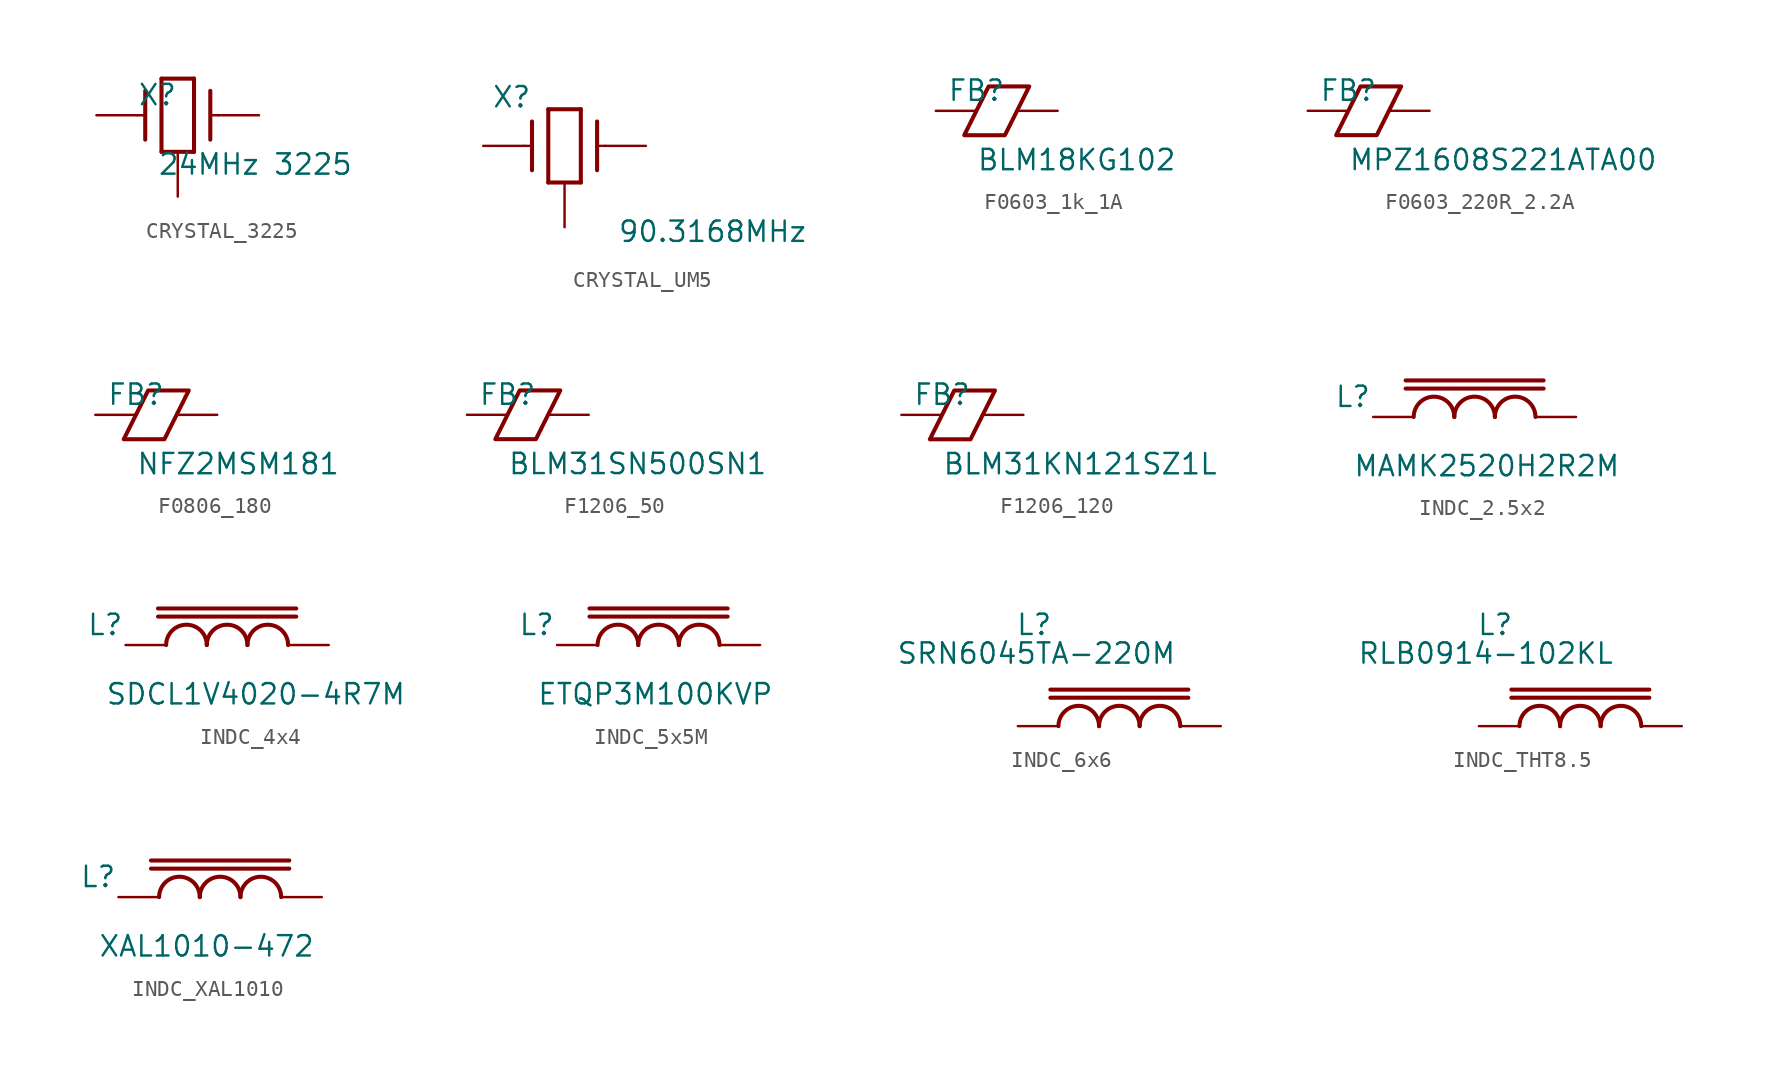
<source format=kicad_sym>
(kicad_symbol_lib
  (version 20231120)
  (generator "kicad_symbol_editor")
  (generator_version "8.0")
  (symbol "CRYSTAL_3225"
    (property "Reference" "X"
      (at -1.27 1.27 0)
      (effects (font (size 1.27 1.27))))
    (property "Value" "24MHz 3225"
      (at -1.27 -3.81 0)
      (effects (font (size 1.27 1.27)) (justify left bottom)))
    (symbol "CRYSTAL_3225_1_0"
      (polyline (pts (xy -2.54 0) (xy -2.032 0)) (stroke (width 0) (type solid)) (fill (type none)))
      (polyline (pts (xy -2.032 1.524) (xy -2.032 -1.524)) (stroke (width 0.254) (type solid)) (fill (type none)))
      (polyline (pts (xy -1.016 -2.286) (xy 1.016 -2.286)) (stroke (width 0.254) (type solid)) (fill (type none)))
      (polyline (pts (xy -1.016 2.286) (xy -1.016 -2.286)) (stroke (width 0.254) (type solid)) (fill (type none)))
      (polyline (pts (xy -1.016 2.286) (xy 1.016 2.286)) (stroke (width 0.254) (type solid)) (fill (type none)))
      (polyline (pts (xy 1.016 2.286) (xy 1.016 -2.286)) (stroke (width 0.254) (type solid)) (fill (type none)))
      (polyline (pts (xy 2.032 0) (xy 2.54 0)) (stroke (width 0) (type solid)) (fill (type none)))
      (polyline (pts (xy 2.032 1.524) (xy 2.032 -1.524)) (stroke (width 0.254) (type solid)) (fill (type none)))
      (pin passive line (at -5.08 0 0) (length 2.54) (name "" (effects (font (size 0 0)))) (number "1" (effects (font (size 0 0)))))
      (pin passive line (at 5.08 0 180) (length 2.54) (name "" (effects (font (size 0 0)))) (number "3" (effects (font (size 0 0)))))
      (pin passive line (at 0 -5.08 90) (length 2.794) (name "" (effects (font (size 0 0)))) (number "S" (effects (font (size 0 0)))))))
  (symbol "CRYSTAL_UM5"
    (property "Reference" "X"
      (at -3.302 3.048 0)
      (effects (font (size 1.27 1.27))))
    (property "Value" "90.3168MHz"
      (at 3.302 -6.096 0)
      (effects (font (size 1.27 1.27)) (justify left bottom)))
    (symbol "CRYSTAL_UM5_1_0"
      (polyline (pts (xy -2.54 0) (xy -2.032 0)) (stroke (width 0) (type solid)) (fill (type none)))
      (polyline (pts (xy -2.032 1.524) (xy -2.032 -1.524)) (stroke (width 0.254) (type solid)) (fill (type none)))
      (polyline (pts (xy -1.016 -2.286) (xy 1.016 -2.286)) (stroke (width 0.254) (type solid)) (fill (type none)))
      (polyline (pts (xy -1.016 2.286) (xy -1.016 -2.286)) (stroke (width 0.254) (type solid)) (fill (type none)))
      (polyline (pts (xy -1.016 2.286) (xy 1.016 2.286)) (stroke (width 0.254) (type solid)) (fill (type none)))
      (polyline (pts (xy 1.016 2.286) (xy 1.016 -2.286)) (stroke (width 0.254) (type solid)) (fill (type none)))
      (polyline (pts (xy 2.032 0) (xy 2.54 0)) (stroke (width 0) (type solid)) (fill (type none)))
      (polyline (pts (xy 2.032 1.524) (xy 2.032 -1.524)) (stroke (width 0.254) (type solid)) (fill (type none)))
      (pin passive line (at -5.08 0 0) (length 2.54) (name "" (effects (font (size 0 0)))) (number "1" (effects (font (size 0 0)))))
      (pin passive line (at 5.08 0 180) (length 2.54) (name "" (effects (font (size 0 0)))) (number "2" (effects (font (size 0 0)))))
      (pin passive line (at 0 -5.08 90) (length 2.794) (name "" (effects (font (size 0 0)))) (number "3" (effects (font (size 0 0)))))))
  (symbol "F0603_1k_1A"
    (property "Reference" "FB"
      (at -1.27 1.27 0)
      (effects (font (size 1.27 1.27))))
    (property "Value" "BLM18KG102"
      (at -1.27 -3.81 0)
      (effects (font (size 1.27 1.27)) (justify left bottom)))
    (symbol "F0603_1k_1A_1_0"
      (polyline (pts (xy -1.27 0) (xy -0.508 1.524) (xy 2.032 1.524) (xy 0.508 -1.524) (xy -2.032 -1.524) (xy -1.27 0)) (stroke (width 0.254) (type solid)) (fill (type none)))
      (pin passive line (at -3.81 0 0) (length 2.54) (name "1" (effects (font (size 0 0)))) (number "1" (effects (font (size 0 0)))))
      (pin passive line (at 3.81 0 180) (length 2.54) (name "2" (effects (font (size 0 0)))) (number "2" (effects (font (size 0 0)))))))
  (symbol "F0603_220R_2.2A"
    (property "Reference" "FB"
      (at -1.27 1.27 0)
      (effects (font (size 1.27 1.27))))
    (property "Value" "MPZ1608S221ATA00"
      (at -1.27 -3.81 0)
      (effects (font (size 1.27 1.27)) (justify left bottom)))
    (symbol "F0603_220R_2.2A_1_0"
      (polyline (pts (xy -1.27 0) (xy -0.508 1.524) (xy 2.032 1.524) (xy 0.508 -1.524) (xy -2.032 -1.524) (xy -1.27 0)) (stroke (width 0.254) (type solid)) (fill (type none)))
      (pin passive line (at -3.81 0 0) (length 2.54) (name "1" (effects (font (size 0 0)))) (number "1" (effects (font (size 0 0)))))
      (pin passive line (at 3.81 0 180) (length 2.54) (name "2" (effects (font (size 0 0)))) (number "2" (effects (font (size 0 0)))))))
  (symbol "F0806_180"
    (property "Reference" "FB"
      (at -1.27 1.27 0)
      (effects (font (size 1.27 1.27))))
    (property "Value" "NFZ2MSM181"
      (at -1.27 -3.81 0)
      (effects (font (size 1.27 1.27)) (justify left bottom)))
    (symbol "F0806_180_1_0"
      (polyline (pts (xy -1.27 0) (xy -0.508 1.524) (xy 2.032 1.524) (xy 0.508 -1.524) (xy -2.032 -1.524) (xy -1.27 0)) (stroke (width 0.254) (type solid)) (fill (type none)))
      (pin passive line (at -3.81 0 0) (length 2.54) (name "1" (effects (font (size 0 0)))) (number "1" (effects (font (size 0 0)))))
      (pin passive line (at 3.81 0 180) (length 2.54) (name "2" (effects (font (size 0 0)))) (number "2" (effects (font (size 0 0)))))))
  (symbol "F1206_50"
    (property "Reference" "FB"
      (at -1.27 1.27 0)
      (effects (font (size 1.27 1.27))))
    (property "Value" "BLM31SN500SN1"
      (at -1.27 -3.81 0)
      (effects (font (size 1.27 1.27)) (justify left bottom)))
    (symbol "F1206_50_1_0"
      (polyline (pts (xy -1.27 0) (xy -0.508 1.524) (xy 2.032 1.524) (xy 0.508 -1.524) (xy -2.032 -1.524) (xy -1.27 0)) (stroke (width 0.254) (type solid)) (fill (type none)))
      (pin passive line (at -3.81 0 0) (length 2.54) (name "1" (effects (font (size 0 0)))) (number "1" (effects (font (size 0 0)))))
      (pin passive line (at 3.81 0 180) (length 2.54) (name "2" (effects (font (size 0 0)))) (number "2" (effects (font (size 0 0)))))))
  (symbol "F1206_120"
    (property "Reference" "FB"
      (at -1.27 1.27 0)
      (effects (font (size 1.27 1.27))))
    (property "Value" "BLM31KN121SZ1L"
      (at -1.27 -3.81 0)
      (effects (font (size 1.27 1.27)) (justify left bottom)))
    (symbol "F1206_120_1_0"
      (polyline (pts (xy -1.27 0) (xy -0.508 1.524) (xy 2.032 1.524) (xy 0.508 -1.524) (xy -2.032 -1.524) (xy -1.27 0)) (stroke (width 0.254) (type solid)) (fill (type none)))
      (pin passive line (at -3.81 0 0) (length 2.54) (name "1" (effects (font (size 0 0)))) (number "1" (effects (font (size 0 0)))))
      (pin passive line (at 3.81 0 180) (length 2.54) (name "2" (effects (font (size 0 0)))) (number "2" (effects (font (size 0 0)))))))
  (symbol "INDC_2.5x2"
    (property "Reference" "L"
      (at -1.27 1.27 0)
      (effects (font (size 1.27 1.27))))
    (property "Value" "MAMK2520H2R2M"
      (at -1.27 -3.81 0)
      (effects (font (size 1.27 1.27)) (justify left bottom)))
    (symbol "INDC_2.5x2_1_0"
      (polyline (pts (xy 2.032 1.778) (xy 10.668 1.778)) (stroke (width 0.254) (type solid)) (fill (type none)))
      (polyline (pts (xy 2.032 2.286) (xy 10.668 2.286)) (stroke (width 0.254) (type solid)) (fill (type none)))
      (arc (start 5.08 0) (mid 3.81 1.27) (end 2.54 0) (stroke (width 0.254) (type solid)) (fill (type none)))
      (arc (start 7.62 0) (mid 6.35 1.27) (end 5.08 0) (stroke (width 0.254) (type solid)) (fill (type none)))
      (arc (start 10.16 0) (mid 8.89 1.27) (end 7.62 0) (stroke (width 0.254) (type solid)) (fill (type none)))
      (pin passive line (at 0 0 0) (length 2.54) (name "1" (effects (font (size 0 0)))) (number "1" (effects (font (size 0 0)))))
      (pin passive line (at 12.7 0 180) (length 2.54) (name "2" (effects (font (size 0 0)))) (number "2" (effects (font (size 0 0)))))))
  (symbol "INDC_4x4"
    (property "Reference" "L"
      (at -1.27 1.27 0)
      (effects (font (size 1.27 1.27))))
    (property "Value" "SDCL1V4020-4R7M"
      (at -1.27 -3.81 0)
      (effects (font (size 1.27 1.27)) (justify left bottom)))
    (symbol "INDC_4x4_1_0"
      (polyline (pts (xy 2.032 1.778) (xy 10.668 1.778)) (stroke (width 0.254) (type solid)) (fill (type none)))
      (polyline (pts (xy 2.032 2.286) (xy 10.668 2.286)) (stroke (width 0.254) (type solid)) (fill (type none)))
      (arc (start 5.08 0) (mid 3.81 1.27) (end 2.54 0) (stroke (width 0.254) (type solid)) (fill (type none)))
      (arc (start 7.62 0) (mid 6.35 1.27) (end 5.08 0) (stroke (width 0.254) (type solid)) (fill (type none)))
      (arc (start 10.16 0) (mid 8.89 1.27) (end 7.62 0) (stroke (width 0.254) (type solid)) (fill (type none)))
      (pin passive line (at 0 0 0) (length 2.54) (name "1" (effects (font (size 0 0)))) (number "1" (effects (font (size 0 0)))))
      (pin passive line (at 12.7 0 180) (length 2.54) (name "2" (effects (font (size 0 0)))) (number "2" (effects (font (size 0 0)))))))
  (symbol "INDC_5x5M"
    (property "Reference" "L"
      (at -1.27 1.27 0)
      (effects (font (size 1.27 1.27))))
    (property "Value" "ETQP3M100KVP"
      (at -1.27 -3.81 0)
      (effects (font (size 1.27 1.27)) (justify left bottom)))
    (symbol "INDC_5x5M_1_0"
      (polyline (pts (xy 2.032 1.778) (xy 10.668 1.778)) (stroke (width 0.254) (type solid)) (fill (type none)))
      (polyline (pts (xy 2.032 2.286) (xy 10.668 2.286)) (stroke (width 0.254) (type solid)) (fill (type none)))
      (arc (start 5.08 0) (mid 3.81 1.27) (end 2.54 0) (stroke (width 0.254) (type solid)) (fill (type none)))
      (arc (start 7.62 0) (mid 6.35 1.27) (end 5.08 0) (stroke (width 0.254) (type solid)) (fill (type none)))
      (arc (start 10.16 0) (mid 8.89 1.27) (end 7.62 0) (stroke (width 0.254) (type solid)) (fill (type none)))
      (pin passive line (at 0 0 0) (length 2.54) (name "1" (effects (font (size 0 0)))) (number "1" (effects (font (size 0 0)))))
      (pin passive line (at 12.7 0 180) (length 2.54) (name "2" (effects (font (size 0 0)))) (number "2" (effects (font (size 0 0)))))))
  (symbol "INDC_6x6"
    (property "Reference" "L"
      (at 1.016 6.35 0)
      (effects (font (size 1.27 1.27))))
    (property "Value" "SRN6045TA-220M"
      (at -7.62 3.81 0)
      (effects (font (size 1.27 1.27)) (justify left bottom)))
    (symbol "INDC_6x6_1_0"
      (polyline (pts (xy 2.032 1.778) (xy 10.668 1.778)) (stroke (width 0.254) (type solid)) (fill (type none)))
      (polyline (pts (xy 2.032 2.286) (xy 10.668 2.286)) (stroke (width 0.254) (type solid)) (fill (type none)))
      (arc (start 5.08 0) (mid 3.81 1.27) (end 2.54 0) (stroke (width 0.254) (type solid)) (fill (type none)))
      (arc (start 7.62 0) (mid 6.35 1.27) (end 5.08 0) (stroke (width 0.254) (type solid)) (fill (type none)))
      (arc (start 10.16 0) (mid 8.89 1.27) (end 7.62 0) (stroke (width 0.254) (type solid)) (fill (type none)))
      (pin passive line (at 0 0 0) (length 2.54) (name "1" (effects (font (size 0 0)))) (number "1" (effects (font (size 0 0)))))
      (pin passive line (at 12.7 0 180) (length 2.54) (name "2" (effects (font (size 0 0)))) (number "2" (effects (font (size 0 0)))))))
  (symbol "INDC_THT8.5"
    (property "Reference" "L"
      (at 1.016 6.35 0)
      (effects (font (size 1.27 1.27))))
    (property "Value" "RLB0914-102KL"
      (at -7.62 3.81 0)
      (effects (font (size 1.27 1.27)) (justify left bottom)))
    (symbol "INDC_THT8.5_1_0"
      (polyline (pts (xy 2.032 1.778) (xy 10.668 1.778)) (stroke (width 0.254) (type solid)) (fill (type none)))
      (polyline (pts (xy 2.032 2.286) (xy 10.668 2.286)) (stroke (width 0.254) (type solid)) (fill (type none)))
      (arc (start 5.08 0) (mid 3.81 1.27) (end 2.54 0) (stroke (width 0.254) (type solid)) (fill (type none)))
      (arc (start 7.62 0) (mid 6.35 1.27) (end 5.08 0) (stroke (width 0.254) (type solid)) (fill (type none)))
      (arc (start 10.16 0) (mid 8.89 1.27) (end 7.62 0) (stroke (width 0.254) (type solid)) (fill (type none)))
      (pin passive line (at 0 0 0) (length 2.54) (name "1" (effects (font (size 0 0)))) (number "1" (effects (font (size 0 0)))))
      (pin passive line (at 12.7 0 180) (length 2.54) (name "2" (effects (font (size 0 0)))) (number "2" (effects (font (size 0 0)))))))
  (symbol "INDC_XAL1010"
    (property "Reference" "L"
      (at -1.27 1.27 0)
      (effects (font (size 1.27 1.27))))
    (property "Value" "XAL1010-472"
      (at -1.27 -3.81 0)
      (effects (font (size 1.27 1.27)) (justify left bottom)))
    (symbol "INDC_XAL1010_1_0"
      (polyline (pts (xy 2.032 1.778) (xy 10.668 1.778)) (stroke (width 0.254) (type solid)) (fill (type none)))
      (polyline (pts (xy 2.032 2.286) (xy 10.668 2.286)) (stroke (width 0.254) (type solid)) (fill (type none)))
      (arc (start 5.08 0) (mid 3.81 1.27) (end 2.54 0) (stroke (width 0.254) (type solid)) (fill (type none)))
      (arc (start 7.62 0) (mid 6.35 1.27) (end 5.08 0) (stroke (width 0.254) (type solid)) (fill (type none)))
      (arc (start 10.16 0) (mid 8.89 1.27) (end 7.62 0) (stroke (width 0.254) (type solid)) (fill (type none)))
      (pin passive line (at 0 0 0) (length 2.54) (name "1" (effects (font (size 0 0)))) (number "1" (effects (font (size 0 0)))))
      (pin passive line (at 12.7 0 180) (length 2.54) (name "2" (effects (font (size 0 0)))) (number "2" (effects (font (size 0 0))))))))
</source>
